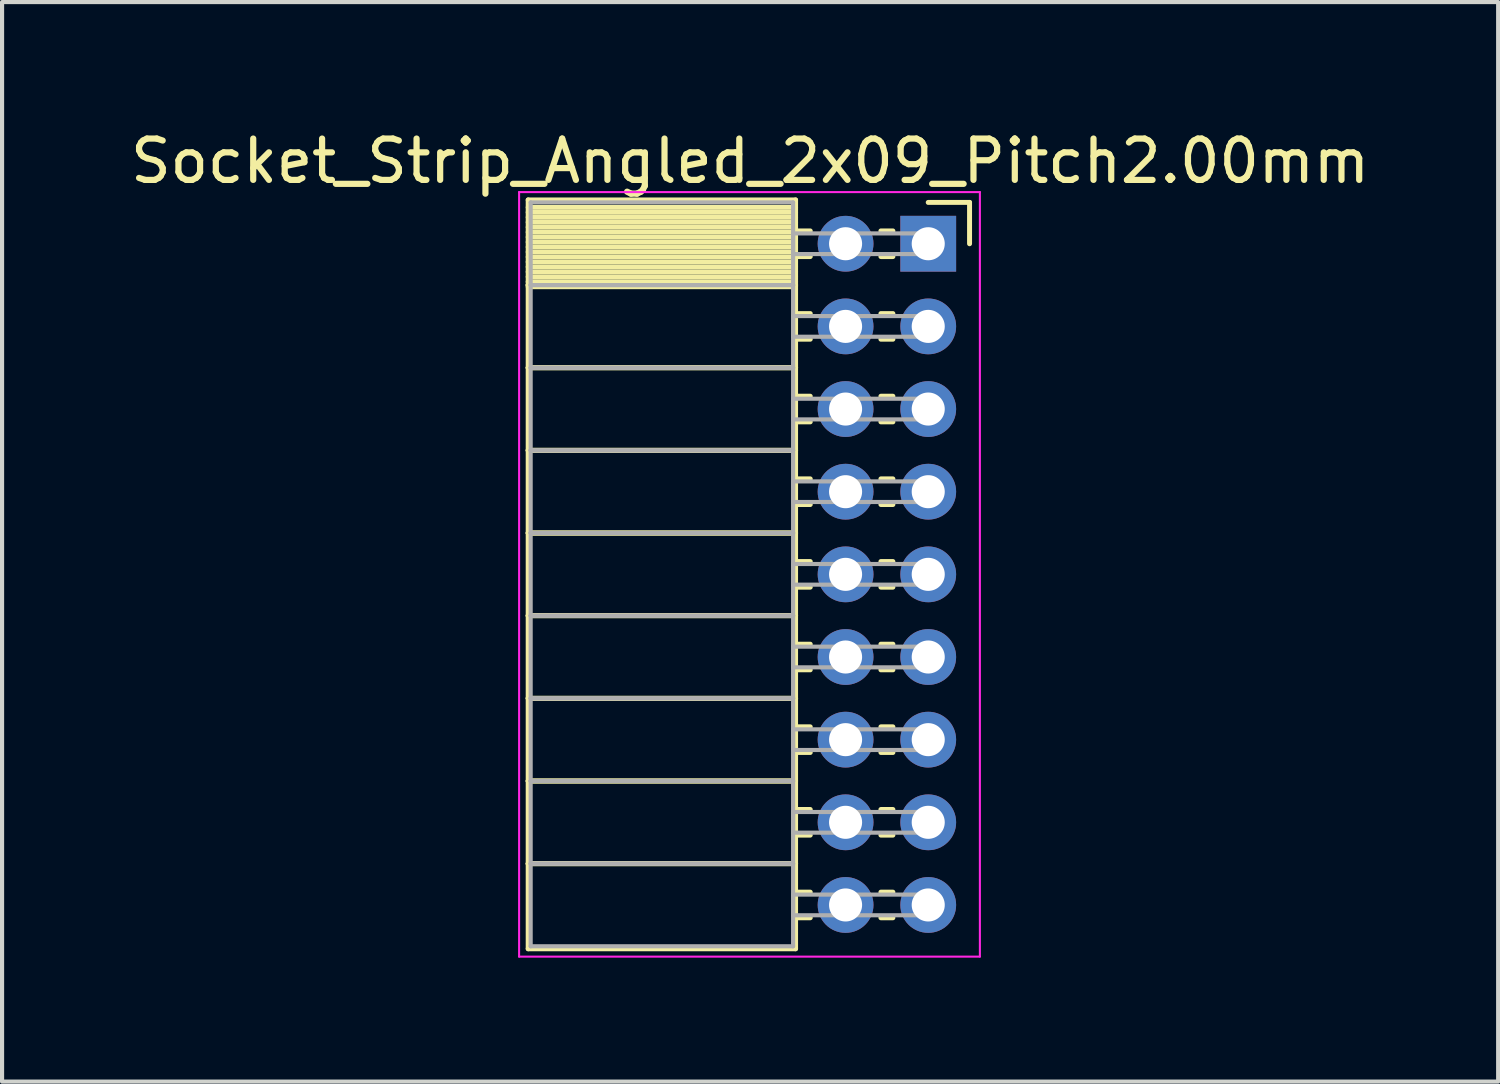
<source format=kicad_pcb>
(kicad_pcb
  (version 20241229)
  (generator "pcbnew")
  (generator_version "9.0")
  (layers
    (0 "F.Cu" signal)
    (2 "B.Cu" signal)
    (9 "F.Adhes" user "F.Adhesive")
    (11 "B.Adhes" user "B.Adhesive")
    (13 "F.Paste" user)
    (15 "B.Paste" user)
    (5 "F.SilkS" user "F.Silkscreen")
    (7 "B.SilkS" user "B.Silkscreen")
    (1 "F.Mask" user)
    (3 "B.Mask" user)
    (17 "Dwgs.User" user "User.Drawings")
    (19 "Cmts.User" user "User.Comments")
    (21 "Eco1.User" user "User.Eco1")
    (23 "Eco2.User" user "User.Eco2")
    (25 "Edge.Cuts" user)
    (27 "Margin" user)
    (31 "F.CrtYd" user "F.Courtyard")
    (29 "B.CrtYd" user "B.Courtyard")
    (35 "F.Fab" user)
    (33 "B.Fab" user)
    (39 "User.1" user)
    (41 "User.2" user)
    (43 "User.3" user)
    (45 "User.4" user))
  (footprint "Socket_Strip_Angled_2x09_Pitch2.00mm"
    (layer "F.Cu")
    (at 19.411 2.848)
    (property "Reference" "Socket_Strip_Angled_2x09_Pitch2.00mm" (at -4.31 -2 0) (layer "F.SilkS") (effects (font (size 1 1) (thickness 0.15))))
    (attr through_hole)
    (fp_line (start -9.68 -1.06) (end -3.21 -1.06) (stroke (width 0.12) (type solid)) (layer "F.SilkS"))
    (fp_line (start -9.68 1) (end -9.68 -1.06) (stroke (width 0.12) (type solid)) (layer "F.SilkS"))
    (fp_line (start -9.68 1) (end -3.21 1) (stroke (width 0.12) (type solid)) (layer "F.SilkS"))
    (fp_line (start -9.68 3) (end -9.68 1) (stroke (width 0.12) (type solid)) (layer "F.SilkS"))
    (fp_line (start -9.68 3) (end -3.21 3) (stroke (width 0.12) (type solid)) (layer "F.SilkS"))
    (fp_line (start -9.68 5) (end -9.68 3) (stroke (width 0.12) (type solid)) (layer "F.SilkS"))
    (fp_line (start -9.68 5) (end -3.21 5) (stroke (width 0.12) (type solid)) (layer "F.SilkS"))
    (fp_line (start -9.68 7) (end -9.68 5) (stroke (width 0.12) (type solid)) (layer "F.SilkS"))
    (fp_line (start -9.68 7) (end -3.21 7) (stroke (width 0.12) (type solid)) (layer "F.SilkS"))
    (fp_line (start -9.68 9) (end -9.68 7) (stroke (width 0.12) (type solid)) (layer "F.SilkS"))
    (fp_line (start -9.68 9) (end -3.21 9) (stroke (width 0.12) (type solid)) (layer "F.SilkS"))
    (fp_line (start -9.68 11) (end -9.68 9) (stroke (width 0.12) (type solid)) (layer "F.SilkS"))
    (fp_line (start -9.68 11) (end -3.21 11) (stroke (width 0.12) (type solid)) (layer "F.SilkS"))
    (fp_line (start -9.68 13) (end -9.68 11) (stroke (width 0.12) (type solid)) (layer "F.SilkS"))
    (fp_line (start -9.68 13) (end -3.21 13) (stroke (width 0.12) (type solid)) (layer "F.SilkS"))
    (fp_line (start -9.68 15) (end -9.68 13) (stroke (width 0.12) (type solid)) (layer "F.SilkS"))
    (fp_line (start -9.68 15) (end -3.21 15) (stroke (width 0.12) (type solid)) (layer "F.SilkS"))
    (fp_line (start -9.68 17.06) (end -9.68 15) (stroke (width 0.12) (type solid)) (layer "F.SilkS"))
    (fp_line (start -3.21 -1.06) (end -3.21 1) (stroke (width 0.12) (type solid)) (layer "F.SilkS"))
    (fp_line (start -3.21 -0.88) (end -9.68 -0.88) (stroke (width 0.12) (type solid)) (layer "F.SilkS"))
    (fp_line (start -3.21 -0.76) (end -9.68 -0.76) (stroke (width 0.12) (type solid)) (layer "F.SilkS"))
    (fp_line (start -3.21 -0.64) (end -9.68 -0.64) (stroke (width 0.12) (type solid)) (layer "F.SilkS"))
    (fp_line (start -3.21 -0.52) (end -9.68 -0.52) (stroke (width 0.12) (type solid)) (layer "F.SilkS"))
    (fp_line (start -3.21 -0.4) (end -9.68 -0.4) (stroke (width 0.12) (type solid)) (layer "F.SilkS"))
    (fp_line (start -3.21 -0.28) (end -9.68 -0.28) (stroke (width 0.12) (type solid)) (layer "F.SilkS"))
    (fp_line (start -3.21 -0.16) (end -9.68 -0.16) (stroke (width 0.12) (type solid)) (layer "F.SilkS"))
    (fp_line (start -3.21 -0.04) (end -9.68 -0.04) (stroke (width 0.12) (type solid)) (layer "F.SilkS"))
    (fp_line (start -3.21 0.08) (end -9.68 0.08) (stroke (width 0.12) (type solid)) (layer "F.SilkS"))
    (fp_line (start -3.21 0.2) (end -9.68 0.2) (stroke (width 0.12) (type solid)) (layer "F.SilkS"))
    (fp_line (start -3.21 0.32) (end -9.68 0.32) (stroke (width 0.12) (type solid)) (layer "F.SilkS"))
    (fp_line (start -3.21 0.44) (end -9.68 0.44) (stroke (width 0.12) (type solid)) (layer "F.SilkS"))
    (fp_line (start -3.21 0.56) (end -9.68 0.56) (stroke (width 0.12) (type solid)) (layer "F.SilkS"))
    (fp_line (start -3.21 0.68) (end -9.68 0.68) (stroke (width 0.12) (type solid)) (layer "F.SilkS"))
    (fp_line (start -3.21 0.8) (end -9.68 0.8) (stroke (width 0.12) (type solid)) (layer "F.SilkS"))
    (fp_line (start -3.21 0.92) (end -9.68 0.92) (stroke (width 0.12) (type solid)) (layer "F.SilkS"))
    (fp_line (start -3.21 1) (end -9.68 1) (stroke (width 0.12) (type solid)) (layer "F.SilkS"))
    (fp_line (start -3.21 1) (end -3.21 3) (stroke (width 0.12) (type solid)) (layer "F.SilkS"))
    (fp_line (start -3.21 1.04) (end -9.68 1.04) (stroke (width 0.12) (type solid)) (layer "F.SilkS"))
    (fp_line (start -3.21 3) (end -9.68 3) (stroke (width 0.12) (type solid)) (layer "F.SilkS"))
    (fp_line (start -3.21 3) (end -3.21 5) (stroke (width 0.12) (type solid)) (layer "F.SilkS"))
    (fp_line (start -3.21 5) (end -9.68 5) (stroke (width 0.12) (type solid)) (layer "F.SilkS"))
    (fp_line (start -3.21 5) (end -3.21 7) (stroke (width 0.12) (type solid)) (layer "F.SilkS"))
    (fp_line (start -3.21 7) (end -9.68 7) (stroke (width 0.12) (type solid)) (layer "F.SilkS"))
    (fp_line (start -3.21 7) (end -3.21 9) (stroke (width 0.12) (type solid)) (layer "F.SilkS"))
    (fp_line (start -3.21 9) (end -9.68 9) (stroke (width 0.12) (type solid)) (layer "F.SilkS"))
    (fp_line (start -3.21 9) (end -3.21 11) (stroke (width 0.12) (type solid)) (layer "F.SilkS"))
    (fp_line (start -3.21 11) (end -9.68 11) (stroke (width 0.12) (type solid)) (layer "F.SilkS"))
    (fp_line (start -3.21 11) (end -3.21 13) (stroke (width 0.12) (type solid)) (layer "F.SilkS"))
    (fp_line (start -3.21 13) (end -9.68 13) (stroke (width 0.12) (type solid)) (layer "F.SilkS"))
    (fp_line (start -3.21 13) (end -3.21 15) (stroke (width 0.12) (type solid)) (layer "F.SilkS"))
    (fp_line (start -3.21 15) (end -9.68 15) (stroke (width 0.12) (type solid)) (layer "F.SilkS"))
    (fp_line (start -3.21 15) (end -3.21 17.06) (stroke (width 0.12) (type solid)) (layer "F.SilkS"))
    (fp_line (start -3.21 17.06) (end -9.68 17.06) (stroke (width 0.12) (type solid)) (layer "F.SilkS"))
    (fp_line (start -2.855 -0.31) (end -3.21 -0.31) (stroke (width 0.12) (type solid)) (layer "F.SilkS"))
    (fp_line (start -2.855 0.31) (end -3.21 0.31) (stroke (width 0.12) (type solid)) (layer "F.SilkS"))
    (fp_line (start -2.855 1.69) (end -3.21 1.69) (stroke (width 0.12) (type solid)) (layer "F.SilkS"))
    (fp_line (start -2.855 2.31) (end -3.21 2.31) (stroke (width 0.12) (type solid)) (layer "F.SilkS"))
    (fp_line (start -2.855 3.69) (end -3.21 3.69) (stroke (width 0.12) (type solid)) (layer "F.SilkS"))
    (fp_line (start -2.855 4.31) (end -3.21 4.31) (stroke (width 0.12) (type solid)) (layer "F.SilkS"))
    (fp_line (start -2.855 5.69) (end -3.21 5.69) (stroke (width 0.12) (type solid)) (layer "F.SilkS"))
    (fp_line (start -2.855 6.31) (end -3.21 6.31) (stroke (width 0.12) (type solid)) (layer "F.SilkS"))
    (fp_line (start -2.855 7.69) (end -3.21 7.69) (stroke (width 0.12) (type solid)) (layer "F.SilkS"))
    (fp_line (start -2.855 8.31) (end -3.21 8.31) (stroke (width 0.12) (type solid)) (layer "F.SilkS"))
    (fp_line (start -2.855 9.69) (end -3.21 9.69) (stroke (width 0.12) (type solid)) (layer "F.SilkS"))
    (fp_line (start -2.855 10.31) (end -3.21 10.31) (stroke (width 0.12) (type solid)) (layer "F.SilkS"))
    (fp_line (start -2.855 11.69) (end -3.21 11.69) (stroke (width 0.12) (type solid)) (layer "F.SilkS"))
    (fp_line (start -2.855 12.31) (end -3.21 12.31) (stroke (width 0.12) (type solid)) (layer "F.SilkS"))
    (fp_line (start -2.855 13.69) (end -3.21 13.69) (stroke (width 0.12) (type solid)) (layer "F.SilkS"))
    (fp_line (start -2.855 14.31) (end -3.21 14.31) (stroke (width 0.12) (type solid)) (layer "F.SilkS"))
    (fp_line (start -2.855 15.69) (end -3.21 15.69) (stroke (width 0.12) (type solid)) (layer "F.SilkS"))
    (fp_line (start -2.855 16.31) (end -3.21 16.31) (stroke (width 0.12) (type solid)) (layer "F.SilkS"))
    (fp_line (start -0.855 -0.31) (end -1.145 -0.31) (stroke (width 0.12) (type solid)) (layer "F.SilkS"))
    (fp_line (start -0.855 0.31) (end -1.145 0.31) (stroke (width 0.12) (type solid)) (layer "F.SilkS"))
    (fp_line (start -0.855 1.69) (end -1.145 1.69) (stroke (width 0.12) (type solid)) (layer "F.SilkS"))
    (fp_line (start -0.855 2.31) (end -1.145 2.31) (stroke (width 0.12) (type solid)) (layer "F.SilkS"))
    (fp_line (start -0.855 3.69) (end -1.145 3.69) (stroke (width 0.12) (type solid)) (layer "F.SilkS"))
    (fp_line (start -0.855 4.31) (end -1.145 4.31) (stroke (width 0.12) (type solid)) (layer "F.SilkS"))
    (fp_line (start -0.855 5.69) (end -1.145 5.69) (stroke (width 0.12) (type solid)) (layer "F.SilkS"))
    (fp_line (start -0.855 6.31) (end -1.145 6.31) (stroke (width 0.12) (type solid)) (layer "F.SilkS"))
    (fp_line (start -0.855 7.69) (end -1.145 7.69) (stroke (width 0.12) (type solid)) (layer "F.SilkS"))
    (fp_line (start -0.855 8.31) (end -1.145 8.31) (stroke (width 0.12) (type solid)) (layer "F.SilkS"))
    (fp_line (start -0.855 9.69) (end -1.145 9.69) (stroke (width 0.12) (type solid)) (layer "F.SilkS"))
    (fp_line (start -0.855 10.31) (end -1.145 10.31) (stroke (width 0.12) (type solid)) (layer "F.SilkS"))
    (fp_line (start -0.855 11.69) (end -1.145 11.69) (stroke (width 0.12) (type solid)) (layer "F.SilkS"))
    (fp_line (start -0.855 12.31) (end -1.145 12.31) (stroke (width 0.12) (type solid)) (layer "F.SilkS"))
    (fp_line (start -0.855 13.69) (end -1.145 13.69) (stroke (width 0.12) (type solid)) (layer "F.SilkS"))
    (fp_line (start -0.855 14.31) (end -1.145 14.31) (stroke (width 0.12) (type solid)) (layer "F.SilkS"))
    (fp_line (start -0.855 15.69) (end -1.145 15.69) (stroke (width 0.12) (type solid)) (layer "F.SilkS"))
    (fp_line (start -0.855 16.31) (end -1.145 16.31) (stroke (width 0.12) (type solid)) (layer "F.SilkS"))
    (fp_line (start 0 -1) (end 1 -1) (stroke (width 0.12) (type solid)) (layer "F.SilkS"))
    (fp_line (start 1 -1) (end 1 0) (stroke (width 0.12) (type solid)) (layer "F.SilkS"))
    (fp_line (start -9.9 -1.25) (end 1.25 -1.25) (stroke (width 0.05) (type solid)) (layer "F.CrtYd"))
    (fp_line (start -9.9 17.25) (end -9.9 -1.25) (stroke (width 0.05) (type solid)) (layer "F.CrtYd"))
    (fp_line (start 1.25 -1.25) (end 1.25 17.25) (stroke (width 0.05) (type solid)) (layer "F.CrtYd"))
    (fp_line (start 1.25 17.25) (end -9.9 17.25) (stroke (width 0.05) (type solid)) (layer "F.CrtYd"))
    (fp_line (start -9.62 -1) (end -3.27 -1) (stroke (width 0.1) (type solid)) (layer "F.Fab"))
    (fp_line (start -9.62 1) (end -9.62 -1) (stroke (width 0.1) (type solid)) (layer "F.Fab"))
    (fp_line (start -9.62 1) (end -3.27 1) (stroke (width 0.1) (type solid)) (layer "F.Fab"))
    (fp_line (start -9.62 3) (end -9.62 1) (stroke (width 0.1) (type solid)) (layer "F.Fab"))
    (fp_line (start -9.62 3) (end -3.27 3) (stroke (width 0.1) (type solid)) (layer "F.Fab"))
    (fp_line (start -9.62 5) (end -9.62 3) (stroke (width 0.1) (type solid)) (layer "F.Fab"))
    (fp_line (start -9.62 5) (end -3.27 5) (stroke (width 0.1) (type solid)) (layer "F.Fab"))
    (fp_line (start -9.62 7) (end -9.62 5) (stroke (width 0.1) (type solid)) (layer "F.Fab"))
    (fp_line (start -9.62 7) (end -3.27 7) (stroke (width 0.1) (type solid)) (layer "F.Fab"))
    (fp_line (start -9.62 9) (end -9.62 7) (stroke (width 0.1) (type solid)) (layer "F.Fab"))
    (fp_line (start -9.62 9) (end -3.27 9) (stroke (width 0.1) (type solid)) (layer "F.Fab"))
    (fp_line (start -9.62 11) (end -9.62 9) (stroke (width 0.1) (type solid)) (layer "F.Fab"))
    (fp_line (start -9.62 11) (end -3.27 11) (stroke (width 0.1) (type solid)) (layer "F.Fab"))
    (fp_line (start -9.62 13) (end -9.62 11) (stroke (width 0.1) (type solid)) (layer "F.Fab"))
    (fp_line (start -9.62 13) (end -3.27 13) (stroke (width 0.1) (type solid)) (layer "F.Fab"))
    (fp_line (start -9.62 15) (end -9.62 13) (stroke (width 0.1) (type solid)) (layer "F.Fab"))
    (fp_line (start -9.62 15) (end -3.27 15) (stroke (width 0.1) (type solid)) (layer "F.Fab"))
    (fp_line (start -9.62 17) (end -9.62 15) (stroke (width 0.1) (type solid)) (layer "F.Fab"))
    (fp_line (start -3.27 -1) (end -3.27 1) (stroke (width 0.1) (type solid)) (layer "F.Fab"))
    (fp_line (start -3.27 -0.25) (end 0 -0.25) (stroke (width 0.1) (type solid)) (layer "F.Fab"))
    (fp_line (start -3.27 0.25) (end -3.27 -0.25) (stroke (width 0.1) (type solid)) (layer "F.Fab"))
    (fp_line (start -3.27 1) (end -9.62 1) (stroke (width 0.1) (type solid)) (layer "F.Fab"))
    (fp_line (start -3.27 1) (end -3.27 3) (stroke (width 0.1) (type solid)) (layer "F.Fab"))
    (fp_line (start -3.27 1.75) (end 0 1.75) (stroke (width 0.1) (type solid)) (layer "F.Fab"))
    (fp_line (start -3.27 2.25) (end -3.27 1.75) (stroke (width 0.1) (type solid)) (layer "F.Fab"))
    (fp_line (start -3.27 3) (end -9.62 3) (stroke (width 0.1) (type solid)) (layer "F.Fab"))
    (fp_line (start -3.27 3) (end -3.27 5) (stroke (width 0.1) (type solid)) (layer "F.Fab"))
    (fp_line (start -3.27 3.75) (end 0 3.75) (stroke (width 0.1) (type solid)) (layer "F.Fab"))
    (fp_line (start -3.27 4.25) (end -3.27 3.75) (stroke (width 0.1) (type solid)) (layer "F.Fab"))
    (fp_line (start -3.27 5) (end -9.62 5) (stroke (width 0.1) (type solid)) (layer "F.Fab"))
    (fp_line (start -3.27 5) (end -3.27 7) (stroke (width 0.1) (type solid)) (layer "F.Fab"))
    (fp_line (start -3.27 5.75) (end 0 5.75) (stroke (width 0.1) (type solid)) (layer "F.Fab"))
    (fp_line (start -3.27 6.25) (end -3.27 5.75) (stroke (width 0.1) (type solid)) (layer "F.Fab"))
    (fp_line (start -3.27 7) (end -9.62 7) (stroke (width 0.1) (type solid)) (layer "F.Fab"))
    (fp_line (start -3.27 7) (end -3.27 9) (stroke (width 0.1) (type solid)) (layer "F.Fab"))
    (fp_line (start -3.27 7.75) (end 0 7.75) (stroke (width 0.1) (type solid)) (layer "F.Fab"))
    (fp_line (start -3.27 8.25) (end -3.27 7.75) (stroke (width 0.1) (type solid)) (layer "F.Fab"))
    (fp_line (start -3.27 9) (end -9.62 9) (stroke (width 0.1) (type solid)) (layer "F.Fab"))
    (fp_line (start -3.27 9) (end -3.27 11) (stroke (width 0.1) (type solid)) (layer "F.Fab"))
    (fp_line (start -3.27 9.75) (end 0 9.75) (stroke (width 0.1) (type solid)) (layer "F.Fab"))
    (fp_line (start -3.27 10.25) (end -3.27 9.75) (stroke (width 0.1) (type solid)) (layer "F.Fab"))
    (fp_line (start -3.27 11) (end -9.62 11) (stroke (width 0.1) (type solid)) (layer "F.Fab"))
    (fp_line (start -3.27 11) (end -3.27 13) (stroke (width 0.1) (type solid)) (layer "F.Fab"))
    (fp_line (start -3.27 11.75) (end 0 11.75) (stroke (width 0.1) (type solid)) (layer "F.Fab"))
    (fp_line (start -3.27 12.25) (end -3.27 11.75) (stroke (width 0.1) (type solid)) (layer "F.Fab"))
    (fp_line (start -3.27 13) (end -9.62 13) (stroke (width 0.1) (type solid)) (layer "F.Fab"))
    (fp_line (start -3.27 13) (end -3.27 15) (stroke (width 0.1) (type solid)) (layer "F.Fab"))
    (fp_line (start -3.27 13.75) (end 0 13.75) (stroke (width 0.1) (type solid)) (layer "F.Fab"))
    (fp_line (start -3.27 14.25) (end -3.27 13.75) (stroke (width 0.1) (type solid)) (layer "F.Fab"))
    (fp_line (start -3.27 15) (end -9.62 15) (stroke (width 0.1) (type solid)) (layer "F.Fab"))
    (fp_line (start -3.27 15) (end -3.27 17) (stroke (width 0.1) (type solid)) (layer "F.Fab"))
    (fp_line (start -3.27 15.75) (end 0 15.75) (stroke (width 0.1) (type solid)) (layer "F.Fab"))
    (fp_line (start -3.27 16.25) (end -3.27 15.75) (stroke (width 0.1) (type solid)) (layer "F.Fab"))
    (fp_line (start -3.27 17) (end -9.62 17) (stroke (width 0.1) (type solid)) (layer "F.Fab"))
    (fp_line (start 0 -0.25) (end 0 0.25) (stroke (width 0.1) (type solid)) (layer "F.Fab"))
    (fp_line (start 0 0.25) (end -3.27 0.25) (stroke (width 0.1) (type solid)) (layer "F.Fab"))
    (fp_line (start 0 1.75) (end 0 2.25) (stroke (width 0.1) (type solid)) (layer "F.Fab"))
    (fp_line (start 0 2.25) (end -3.27 2.25) (stroke (width 0.1) (type solid)) (layer "F.Fab"))
    (fp_line (start 0 3.75) (end 0 4.25) (stroke (width 0.1) (type solid)) (layer "F.Fab"))
    (fp_line (start 0 4.25) (end -3.27 4.25) (stroke (width 0.1) (type solid)) (layer "F.Fab"))
    (fp_line (start 0 5.75) (end 0 6.25) (stroke (width 0.1) (type solid)) (layer "F.Fab"))
    (fp_line (start 0 6.25) (end -3.27 6.25) (stroke (width 0.1) (type solid)) (layer "F.Fab"))
    (fp_line (start 0 7.75) (end 0 8.25) (stroke (width 0.1) (type solid)) (layer "F.Fab"))
    (fp_line (start 0 8.25) (end -3.27 8.25) (stroke (width 0.1) (type solid)) (layer "F.Fab"))
    (fp_line (start 0 9.75) (end 0 10.25) (stroke (width 0.1) (type solid)) (layer "F.Fab"))
    (fp_line (start 0 10.25) (end -3.27 10.25) (stroke (width 0.1) (type solid)) (layer "F.Fab"))
    (fp_line (start 0 11.75) (end 0 12.25) (stroke (width 0.1) (type solid)) (layer "F.Fab"))
    (fp_line (start 0 12.25) (end -3.27 12.25) (stroke (width 0.1) (type solid)) (layer "F.Fab"))
    (fp_line (start 0 13.75) (end 0 14.25) (stroke (width 0.1) (type solid)) (layer "F.Fab"))
    (fp_line (start 0 14.25) (end -3.27 14.25) (stroke (width 0.1) (type solid)) (layer "F.Fab"))
    (fp_line (start 0 15.75) (end 0 16.25) (stroke (width 0.1) (type solid)) (layer "F.Fab"))
    (fp_line (start 0 16.25) (end -3.27 16.25) (stroke (width 0.1) (type solid)) (layer "F.Fab"))
    (pad "1" thru_hole rect (at 0 0) (size 1.35 1.35) (drill 0.8) (layers "*.Cu" "*.Mask"))
    (pad "2" thru_hole oval (at -2 0) (size 1.35 1.35) (drill 0.8) (layers "*.Cu" "*.Mask"))
    (pad "3" thru_hole oval (at 0 2) (size 1.35 1.35) (drill 0.8) (layers "*.Cu" "*.Mask"))
    (pad "4" thru_hole oval (at -2 2) (size 1.35 1.35) (drill 0.8) (layers "*.Cu" "*.Mask"))
    (pad "5" thru_hole oval (at 0 4) (size 1.35 1.35) (drill 0.8) (layers "*.Cu" "*.Mask"))
    (pad "6" thru_hole oval (at -2 4) (size 1.35 1.35) (drill 0.8) (layers "*.Cu" "*.Mask"))
    (pad "7" thru_hole oval (at 0 6) (size 1.35 1.35) (drill 0.8) (layers "*.Cu" "*.Mask"))
    (pad "8" thru_hole oval (at -2 6) (size 1.35 1.35) (drill 0.8) (layers "*.Cu" "*.Mask"))
    (pad "9" thru_hole oval (at 0 8) (size 1.35 1.35) (drill 0.8) (layers "*.Cu" "*.Mask"))
    (pad "10" thru_hole oval (at -2 8) (size 1.35 1.35) (drill 0.8) (layers "*.Cu" "*.Mask"))
    (pad "11" thru_hole oval (at 0 10) (size 1.35 1.35) (drill 0.8) (layers "*.Cu" "*.Mask"))
    (pad "12" thru_hole oval (at -2 10) (size 1.35 1.35) (drill 0.8) (layers "*.Cu" "*.Mask"))
    (pad "13" thru_hole oval (at 0 12) (size 1.35 1.35) (drill 0.8) (layers "*.Cu" "*.Mask"))
    (pad "14" thru_hole oval (at -2 12) (size 1.35 1.35) (drill 0.8) (layers "*.Cu" "*.Mask"))
    (pad "15" thru_hole oval (at 0 14) (size 1.35 1.35) (drill 0.8) (layers "*.Cu" "*.Mask"))
    (pad "16" thru_hole oval (at -2 14) (size 1.35 1.35) (drill 0.8) (layers "*.Cu" "*.Mask"))
    (pad "17" thru_hole oval (at 0 16) (size 1.35 1.35) (drill 0.8) (layers "*.Cu" "*.Mask"))
    (pad "18" thru_hole oval (at -2 16) (size 1.35 1.35) (drill 0.8) (layers "*.Cu" "*.Mask")))
  (gr_rect
    (start -3 -3)
    (end 33.202 23.123)
    (stroke (width 0.1) (type default))
    (fill no)
    (layer "Edge.Cuts")))
</source>
